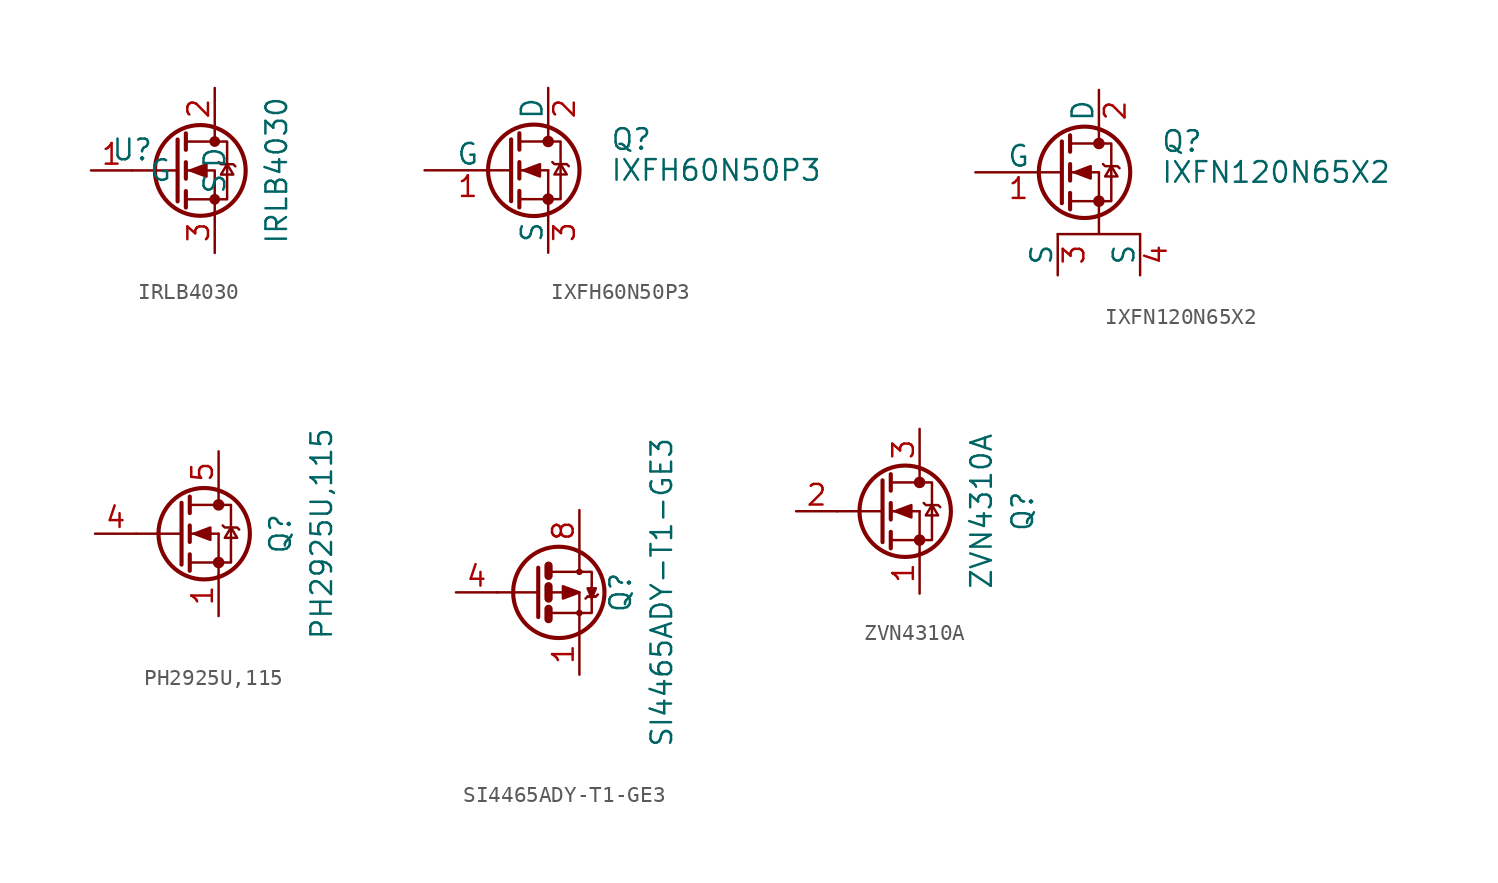
<source format=kicad_sym>
(kicad_symbol_lib
  (version 20211014)
  (generator kicad_symbol_editor)
  (symbol "IRLB4030"
    (pin_names
      (offset 1.016))
    (property "Reference" "U"
      (at 2.54 1.27 0)
      (effects (font (size 1.27 1.27))))
    (property "Value" "IRLB4030"
      (at 11.43 0 90)
      (effects (font (size 1.27 1.27))))
    (symbol "IRLB4030_1_1"
      (polyline (pts (xy 5.334 0) (xy 2.54 0)) (stroke (width 0) (type default) (color 0 0 0 0)) (fill (type none)))
      (polyline (pts (xy 5.334 1.905) (xy 5.334 -1.905)) (stroke (width 0.254) (type default) (color 0 0 0 0)) (fill (type none)))
      (polyline (pts (xy 5.842 -1.27) (xy 5.842 -2.286)) (stroke (width 0.254) (type default) (color 0 0 0 0)) (fill (type none)))
      (polyline (pts (xy 5.842 0.508) (xy 5.842 -0.508)) (stroke (width 0.254) (type default) (color 0 0 0 0)) (fill (type none)))
      (polyline (pts (xy 5.842 2.286) (xy 5.842 1.27)) (stroke (width 0.254) (type default) (color 0 0 0 0)) (fill (type none)))
      (polyline (pts (xy 7.62 2.54) (xy 7.62 1.778)) (stroke (width 0) (type default) (color 0 0 0 0)) (fill (type none)))
      (polyline (pts (xy 7.62 -2.54) (xy 7.62 0) (xy 5.842 0)) (stroke (width 0) (type default) (color 0 0 0 0)) (fill (type none)))
      (polyline (pts (xy 5.842 -1.778) (xy 8.382 -1.778) (xy 8.382 1.778) (xy 5.842 1.778)) (stroke (width 0) (type default) (color 0 0 0 0)) (fill (type none)))
      (polyline (pts (xy 6.096 0) (xy 7.112 0.381) (xy 7.112 -0.381) (xy 6.096 0)) (stroke (width 0) (type default) (color 0 0 0 0)) (fill (type outline)))
      (polyline (pts (xy 7.874 0.508) (xy 8.001 0.381) (xy 8.763 0.381) (xy 8.89 0.254)) (stroke (width 0) (type default) (color 0 0 0 0)) (fill (type none)))
      (polyline (pts (xy 8.382 0.381) (xy 8.001 -0.254) (xy 8.763 -0.254) (xy 8.382 0.381)) (stroke (width 0) (type default) (color 0 0 0 0)) (fill (type none)))
      (circle (center 6.731 0) (radius 2.794) (stroke (width 0.254) (type default) (color 0 0 0 0)) (fill (type none)))
      (circle (center 7.62 -1.778) (radius 0.254) (stroke (width 0) (type default) (color 0 0 0 0)) (fill (type outline)))
      (circle (center 7.62 1.778) (radius 0.254) (stroke (width 0) (type default) (color 0 0 0 0)) (fill (type outline)))
      (pin input line (at 0 0 0) (length 2.54) (name "G" (effects (font (size 1.27 1.27)))) (number "1" (effects (font (size 1.27 1.27)))))
      (pin passive line (at 7.62 5.08 270) (length 2.54) (name "D" (effects (font (size 1.27 1.27)))) (number "2" (effects (font (size 1.27 1.27)))))
      (pin passive line (at 7.62 -5.08 90) (length 2.54) (name "S" (effects (font (size 1.27 1.27)))) (number "3" (effects (font (size 1.27 1.27)))))))
  (symbol "IXFH60N50P3"
    (pin_names
      (offset 0))
    (property "Reference" "Q"
      (at 6.35 1.905 0)
      (effects (font (size 1.27 1.27)) (justify left)))
    (property "Value" "IXFH60N50P3"
      (at 6.35 0 0)
      (effects (font (size 1.27 1.27)) (justify left)))
    (symbol "IXFH60N50P3_0_1"
      (polyline (pts (xy 0.762 -1.778) (xy 2.54 -1.778)) (stroke (width 0) (type default) (color 0 0 0 0)) (fill (type none)))
      (polyline (pts (xy 0.762 -1.27) (xy 0.762 -2.286)) (stroke (width 0.254) (type default) (color 0 0 0 0)) (fill (type none)))
      (polyline (pts (xy 0.762 0) (xy 2.54 0)) (stroke (width 0) (type default) (color 0 0 0 0)) (fill (type none)))
      (polyline (pts (xy 0.762 0.508) (xy 0.762 -0.508)) (stroke (width 0.254) (type default) (color 0 0 0 0)) (fill (type none)))
      (polyline (pts (xy 0.762 1.778) (xy 2.54 1.778)) (stroke (width 0) (type default) (color 0 0 0 0)) (fill (type none)))
      (polyline (pts (xy 0.762 2.286) (xy 0.762 1.27)) (stroke (width 0.254) (type default) (color 0 0 0 0)) (fill (type none)))
      (polyline (pts (xy 2.54 -1.778) (xy 2.54 -2.54)) (stroke (width 0) (type default) (color 0 0 0 0)) (fill (type none)))
      (polyline (pts (xy 2.54 -1.778) (xy 2.54 0)) (stroke (width 0) (type default) (color 0 0 0 0)) (fill (type none)))
      (polyline (pts (xy 2.54 2.54) (xy 2.54 1.778)) (stroke (width 0) (type default) (color 0 0 0 0)) (fill (type none)))
      (polyline (pts (xy 0.254 1.905) (xy 0.254 -1.905) (xy 0.254 -1.905)) (stroke (width 0.254) (type default) (color 0 0 0 0)) (fill (type none)))
      (polyline (pts (xy 1.016 0) (xy 2.032 0.381) (xy 2.032 -0.381) (xy 1.016 0)) (stroke (width 0) (type default) (color 0 0 0 0)) (fill (type outline)))
      (polyline (pts (xy 2.54 -1.778) (xy 3.302 -1.778) (xy 3.302 1.778) (xy 2.54 1.778)) (stroke (width 0) (type default) (color 0 0 0 0)) (fill (type none)))
      (polyline (pts (xy 2.794 0.508) (xy 2.921 0.381) (xy 3.683 0.381) (xy 3.81 0.254)) (stroke (width 0) (type default) (color 0 0 0 0)) (fill (type none)))
      (polyline (pts (xy 3.302 0.381) (xy 2.921 -0.254) (xy 3.683 -0.254) (xy 3.302 0.381)) (stroke (width 0) (type default) (color 0 0 0 0)) (fill (type none)))
      (circle (center 1.651 0) (radius 2.819) (stroke (width 0.254) (type default) (color 0 0 0 0)) (fill (type none)))
      (circle (center 2.54 -1.778) (radius 0.279) (stroke (width 0) (type default) (color 0 0 0 0)) (fill (type outline)))
      (circle (center 2.54 1.778) (radius 0.279) (stroke (width 0) (type default) (color 0 0 0 0)) (fill (type outline))))
    (symbol "IXFH60N50P3_1_1"
      (pin input line (at -5.08 0 0) (length 5.334) (name "G" (effects (font (size 1.27 1.27)))) (number "1" (effects (font (size 1.27 1.27)))))
      (pin passive line (at 2.54 5.08 270) (length 2.54) (name "D" (effects (font (size 1.27 1.27)))) (number "2" (effects (font (size 1.27 1.27)))))
      (pin passive line (at 2.54 -5.08 90) (length 2.54) (name "S" (effects (font (size 1.27 1.27)))) (number "3" (effects (font (size 1.27 1.27)))))))
  (symbol "IXFN120N65X2"
    (pin_names
      (offset 0))
    (property "Reference" "Q"
      (at 6.35 1.905 0)
      (effects (font (size 1.27 1.27)) (justify left)))
    (property "Value" "IXFN120N65X2"
      (at 6.35 0 0)
      (effects (font (size 1.27 1.27)) (justify left)))
    (symbol "IXFN120N65X2_0_1"
      (polyline (pts (xy 0.762 -1.778) (xy 2.54 -1.778)) (stroke (width 0) (type default) (color 0 0 0 0)) (fill (type none)))
      (polyline (pts (xy 0.762 -1.27) (xy 0.762 -2.286)) (stroke (width 0.254) (type default) (color 0 0 0 0)) (fill (type none)))
      (polyline (pts (xy 0.762 0) (xy 2.54 0)) (stroke (width 0) (type default) (color 0 0 0 0)) (fill (type none)))
      (polyline (pts (xy 0.762 0.508) (xy 0.762 -0.508)) (stroke (width 0.254) (type default) (color 0 0 0 0)) (fill (type none)))
      (polyline (pts (xy 0.762 1.778) (xy 2.54 1.778)) (stroke (width 0) (type default) (color 0 0 0 0)) (fill (type none)))
      (polyline (pts (xy 0.762 2.286) (xy 0.762 1.27)) (stroke (width 0.254) (type default) (color 0 0 0 0)) (fill (type none)))
      (polyline (pts (xy 2.54 -1.778) (xy 2.54 -2.54)) (stroke (width 0) (type default) (color 0 0 0 0)) (fill (type none)))
      (polyline (pts (xy 2.54 -1.778) (xy 2.54 0)) (stroke (width 0) (type default) (color 0 0 0 0)) (fill (type none)))
      (polyline (pts (xy 2.54 2.54) (xy 2.54 1.778)) (stroke (width 0) (type default) (color 0 0 0 0)) (fill (type none)))
      (polyline (pts (xy 0.254 1.905) (xy 0.254 -1.905) (xy 0.254 -1.905)) (stroke (width 0.254) (type default) (color 0 0 0 0)) (fill (type none)))
      (polyline (pts (xy 1.016 0) (xy 2.032 0.381) (xy 2.032 -0.381) (xy 1.016 0)) (stroke (width 0) (type default) (color 0 0 0 0)) (fill (type outline)))
      (polyline (pts (xy 2.54 -1.778) (xy 3.302 -1.778) (xy 3.302 1.778) (xy 2.54 1.778)) (stroke (width 0) (type default) (color 0 0 0 0)) (fill (type none)))
      (polyline (pts (xy 2.794 0.508) (xy 2.921 0.381) (xy 3.683 0.381) (xy 3.81 0.254)) (stroke (width 0) (type default) (color 0 0 0 0)) (fill (type none)))
      (polyline (pts (xy 3.302 0.381) (xy 2.921 -0.254) (xy 3.683 -0.254) (xy 3.302 0.381)) (stroke (width 0) (type default) (color 0 0 0 0)) (fill (type none)))
      (polyline (pts (xy 0 -3.81) (xy 2.54 -3.81) (xy 2.54 -2.54) (xy 2.54 -3.81) (xy 5.08 -3.81)) (stroke (width 0) (type default) (color 0 0 0 0)) (fill (type none)))
      (circle (center 1.651 0) (radius 2.819) (stroke (width 0.254) (type default) (color 0 0 0 0)) (fill (type none)))
      (circle (center 2.54 -1.778) (radius 0.279) (stroke (width 0) (type default) (color 0 0 0 0)) (fill (type outline)))
      (circle (center 2.54 1.778) (radius 0.279) (stroke (width 0) (type default) (color 0 0 0 0)) (fill (type outline))))
    (symbol "IXFN120N65X2_1_1"
      (pin input line (at -5.08 0 0) (length 5.334) (name "G" (effects (font (size 1.27 1.27)))) (number "1" (effects (font (size 1.27 1.27)))))
      (pin passive line (at 2.54 5.08 270) (length 2.54) (name "D" (effects (font (size 1.27 1.27)))) (number "2" (effects (font (size 1.27 1.27)))))
      (pin passive line (at 0 -6.35 90) (length 2.54) (name "S" (effects (font (size 1.27 1.27)))) (number "3" (effects (font (size 1.27 1.27)))))
      (pin passive line (at 5.08 -6.35 90) (length 2.54) (name "S" (effects (font (size 1.27 1.27)))) (number "4" (effects (font (size 1.27 1.27)))))))
  (symbol "PH2925U,115"
    (pin_names
      (offset 1.016))
    (property "Reference" "Q"
      (at 3.81 0 90)
      (effects (font (size 1.27 1.27))))
    (property "Value" "PH2925U,115"
      (at 6.35 0 90)
      (effects (font (size 1.27 1.27))))
    (symbol "PH2925U,115_1_1"
      (circle (center -0.889 0) (radius 2.819) (stroke (width 0.254) (type default) (color 0 0 0 0)) (fill (type none)))
      (circle (center 0 -1.778) (radius 0.279) (stroke (width 0) (type default) (color 0 0 0 0)) (fill (type outline)))
      (polyline (pts (xy -5.08 0) (xy -2.286 0)) (stroke (width 0) (type default) (color 0 0 0 0)) (fill (type none)))
      (polyline (pts (xy -1.778 -1.778) (xy 0 -1.778)) (stroke (width 0) (type default) (color 0 0 0 0)) (fill (type none)))
      (polyline (pts (xy -1.778 -1.27) (xy -1.778 -2.286)) (stroke (width 0.254) (type default) (color 0 0 0 0)) (fill (type none)))
      (polyline (pts (xy -1.778 0) (xy 0 0)) (stroke (width 0) (type default) (color 0 0 0 0)) (fill (type none)))
      (polyline (pts (xy -1.778 0.508) (xy -1.778 -0.508)) (stroke (width 0.254) (type default) (color 0 0 0 0)) (fill (type none)))
      (polyline (pts (xy -1.778 1.778) (xy 0 1.778)) (stroke (width 0) (type default) (color 0 0 0 0)) (fill (type none)))
      (polyline (pts (xy -1.778 2.286) (xy -1.778 1.27)) (stroke (width 0.254) (type default) (color 0 0 0 0)) (fill (type none)))
      (polyline (pts (xy 0 -1.778) (xy 0 -2.54)) (stroke (width 0) (type default) (color 0 0 0 0)) (fill (type none)))
      (polyline (pts (xy 0 -1.778) (xy 0 0)) (stroke (width 0) (type default) (color 0 0 0 0)) (fill (type none)))
      (polyline (pts (xy 0 2.54) (xy 0 1.778)) (stroke (width 0) (type default) (color 0 0 0 0)) (fill (type none)))
      (polyline (pts (xy -2.286 1.905) (xy -2.286 -1.905) (xy -2.286 -1.905)) (stroke (width 0.254) (type default) (color 0 0 0 0)) (fill (type none)))
      (polyline (pts (xy -1.524 0) (xy -0.508 0.381) (xy -0.508 -0.381) (xy -1.524 0)) (stroke (width 0) (type default) (color 0 0 0 0)) (fill (type outline)))
      (polyline (pts (xy 0 -1.778) (xy 0.762 -1.778) (xy 0.762 1.778) (xy 0 1.778)) (stroke (width 0) (type default) (color 0 0 0 0)) (fill (type none)))
      (polyline (pts (xy 0.254 0.508) (xy 0.381 0.381) (xy 1.143 0.381) (xy 1.27 0.254)) (stroke (width 0) (type default) (color 0 0 0 0)) (fill (type none)))
      (polyline (pts (xy 0.762 0.381) (xy 0.381 -0.254) (xy 1.143 -0.254) (xy 0.762 0.381)) (stroke (width 0) (type default) (color 0 0 0 0)) (fill (type none)))
      (circle (center 0 1.778) (radius 0.279) (stroke (width 0) (type default) (color 0 0 0 0)) (fill (type outline)))
      (pin passive line (at 0 -5.08 90) (length 2.54) (name "~" (effects (font (size 1.27 1.27)))) (number "1" (effects (font (size 1.27 1.27)))))
      (pin passive line (at 0 -5.08 90) (length 2.54) hide (name "~" (effects (font (size 1.27 1.27)))) (number "2" (effects (font (size 1.27 1.27)))))
      (pin passive line (at 0 -5.08 90) (length 2.54) hide (name "~" (effects (font (size 1.27 1.27)))) (number "3" (effects (font (size 1.27 1.27)))))
      (pin input line (at -7.62 0 0) (length 2.54) (name "~" (effects (font (size 1.27 1.27)))) (number "4" (effects (font (size 1.27 1.27)))))
      (pin passive line (at 0 5.08 270) (length 2.54) (name "~" (effects (font (size 1.27 1.27)))) (number "5" (effects (font (size 1.27 1.27)))))))
  (symbol "SI4465ADY-T1-GE3"
    (pin_names
      (offset 1.016))
    (property "Reference" "Q"
      (at 2.54 0 90)
      (effects (font (size 1.27 1.27))))
    (property "Value" "SI4465ADY-T1-GE3"
      (at 5.08 0 90)
      (effects (font (size 1.27 1.27))))
    (symbol "SI4465ADY-T1-GE3_1_1"
      (circle (center -1.27 0) (radius 2.819) (stroke (width 0.254) (type default) (color 0 0 0 0)) (fill (type none)))
      (circle (center 0 -1.27) (radius 0.127) (stroke (width 0) (type default) (color 0 0 0 0)) (fill (type none)))
      (polyline (pts (xy -2.54 0) (xy -5.08 0)) (stroke (width 0) (type default) (color 0 0 0 0)) (fill (type none)))
      (polyline (pts (xy -1.905 -1.016) (xy -1.905 -1.651)) (stroke (width 0.508) (type default) (color 0 0 0 0)) (fill (type none)))
      (polyline (pts (xy -1.905 0.381) (xy -1.905 -0.381)) (stroke (width 0.508) (type default) (color 0 0 0 0)) (fill (type none)))
      (polyline (pts (xy -1.905 1.651) (xy -1.905 1.016)) (stroke (width 0.508) (type default) (color 0 0 0 0)) (fill (type none)))
      (polyline (pts (xy 0.508 -0.254) (xy 1.016 -0.254)) (stroke (width 0) (type default) (color 0 0 0 0)) (fill (type none)))
      (polyline (pts (xy -2.54 1.524) (xy -2.54 -1.524) (xy -2.54 -1.524)) (stroke (width 0.254) (type default) (color 0 0 0 0)) (fill (type none)))
      (polyline (pts (xy -1.778 -1.27) (xy 0 -1.27) (xy 0 -2.54) (xy 0 -2.54)) (stroke (width 0) (type default) (color 0 0 0 0)) (fill (type none)))
      (polyline (pts (xy -1.778 1.27) (xy 0 1.27) (xy 0 2.54) (xy 0 2.54)) (stroke (width 0) (type default) (color 0 0 0 0)) (fill (type none)))
      (polyline (pts (xy 0 0) (xy -1.016 0.381) (xy -1.016 -0.381) (xy 0 0)) (stroke (width 0) (type default) (color 0 0 0 0)) (fill (type outline)))
      (polyline (pts (xy 0 1.27) (xy 0.762 1.27) (xy 0.762 -1.27) (xy 0 -1.27)) (stroke (width 0) (type default) (color 0 0 0 0)) (fill (type none)))
      (polyline (pts (xy 0.508 0.254) (xy 1.016 0.254) (xy 0.762 -0.381) (xy 0.508 0.254)) (stroke (width 0) (type default) (color 0 0 0 0)) (fill (type outline)))
      (polyline (pts (xy 1.143 -0.127) (xy 1.016 -0.254) (xy 0.508 -0.254) (xy 0.381 -0.381)) (stroke (width 0) (type default) (color 0 0 0 0)) (fill (type none)))
      (polyline (pts (xy -1.778 0) (xy -1.27 0) (xy 0 0) (xy 0 -1.27) (xy 0 -1.27)) (stroke (width 0) (type default) (color 0 0 0 0)) (fill (type none)))
      (circle (center 0 1.27) (radius 0.127) (stroke (width 0) (type default) (color 0 0 0 0)) (fill (type none)))
      (pin passive line (at 0 -5.08 90) (length 2.54) (name "~" (effects (font (size 1.27 1.27)))) (number "1" (effects (font (size 1.27 1.27)))))
      (pin passive line (at 0 -5.08 90) (length 2.54) hide (name "S1" (effects (font (size 1.27 1.27)))) (number "2" (effects (font (size 1.27 1.27)))))
      (pin passive line (at 0 -5.08 90) (length 2.54) hide (name "S1" (effects (font (size 1.27 1.27)))) (number "3" (effects (font (size 1.27 1.27)))))
      (pin input line (at -7.62 0 0) (length 2.54) (name "~" (effects (font (size 1.27 1.27)))) (number "4" (effects (font (size 1.27 1.27)))))
      (pin passive line (at 0 5.08 270) (length 2.54) hide (name "D1" (effects (font (size 1.27 1.27)))) (number "5" (effects (font (size 1.27 1.27)))))
      (pin passive line (at 0 5.08 270) (length 2.54) hide (name "D1" (effects (font (size 1.27 1.27)))) (number "6" (effects (font (size 1.27 1.27)))))
      (pin passive line (at 0 5.08 270) (length 2.54) hide (name "D1" (effects (font (size 1.27 1.27)))) (number "7" (effects (font (size 1.27 1.27)))))
      (pin passive line (at 0 5.08 270) (length 2.54) (name "~" (effects (font (size 1.27 1.27)))) (number "8" (effects (font (size 1.27 1.27)))))))
  (symbol "ZVN4310A"
    (pin_names
      (offset 1.016))
    (property "Reference" "Q"
      (at 6.35 0 90)
      (effects (font (size 1.27 1.27))))
    (property "Value" "ZVN4310A"
      (at 3.81 0 90)
      (effects (font (size 1.27 1.27))))
    (symbol "ZVN4310A_1_1"
      (circle (center -0.889 0) (radius 2.819) (stroke (width 0.254) (type default) (color 0 0 0 0)) (fill (type none)))
      (circle (center 0 -1.778) (radius 0.279) (stroke (width 0) (type default) (color 0 0 0 0)) (fill (type outline)))
      (polyline (pts (xy -5.08 0) (xy -2.286 0)) (stroke (width 0) (type default) (color 0 0 0 0)) (fill (type none)))
      (polyline (pts (xy -1.778 -1.778) (xy 0 -1.778)) (stroke (width 0) (type default) (color 0 0 0 0)) (fill (type none)))
      (polyline (pts (xy -1.778 -1.27) (xy -1.778 -2.286)) (stroke (width 0.254) (type default) (color 0 0 0 0)) (fill (type none)))
      (polyline (pts (xy -1.778 0) (xy 0 0)) (stroke (width 0) (type default) (color 0 0 0 0)) (fill (type none)))
      (polyline (pts (xy -1.778 0.508) (xy -1.778 -0.508)) (stroke (width 0.254) (type default) (color 0 0 0 0)) (fill (type none)))
      (polyline (pts (xy -1.778 1.778) (xy 0 1.778)) (stroke (width 0) (type default) (color 0 0 0 0)) (fill (type none)))
      (polyline (pts (xy -1.778 2.286) (xy -1.778 1.27)) (stroke (width 0.254) (type default) (color 0 0 0 0)) (fill (type none)))
      (polyline (pts (xy 0 -1.778) (xy 0 -2.54)) (stroke (width 0) (type default) (color 0 0 0 0)) (fill (type none)))
      (polyline (pts (xy 0 -1.778) (xy 0 0)) (stroke (width 0) (type default) (color 0 0 0 0)) (fill (type none)))
      (polyline (pts (xy 0 2.54) (xy 0 1.778)) (stroke (width 0) (type default) (color 0 0 0 0)) (fill (type none)))
      (polyline (pts (xy -2.286 1.905) (xy -2.286 -1.905) (xy -2.286 -1.905)) (stroke (width 0.254) (type default) (color 0 0 0 0)) (fill (type none)))
      (polyline (pts (xy -1.524 0) (xy -0.508 0.381) (xy -0.508 -0.381) (xy -1.524 0)) (stroke (width 0) (type default) (color 0 0 0 0)) (fill (type outline)))
      (polyline (pts (xy 0 -1.778) (xy 0.762 -1.778) (xy 0.762 1.778) (xy 0 1.778)) (stroke (width 0) (type default) (color 0 0 0 0)) (fill (type none)))
      (polyline (pts (xy 0.254 0.508) (xy 0.381 0.381) (xy 1.143 0.381) (xy 1.27 0.254)) (stroke (width 0) (type default) (color 0 0 0 0)) (fill (type none)))
      (polyline (pts (xy 0.762 0.381) (xy 0.381 -0.254) (xy 1.143 -0.254) (xy 0.762 0.381)) (stroke (width 0) (type default) (color 0 0 0 0)) (fill (type none)))
      (circle (center 0 1.778) (radius 0.279) (stroke (width 0) (type default) (color 0 0 0 0)) (fill (type outline)))
      (pin passive line (at 0 -5.08 90) (length 2.54) (name "~" (effects (font (size 1.27 1.27)))) (number "1" (effects (font (size 1.27 1.27)))))
      (pin input line (at -7.62 0 0) (length 2.54) (name "~" (effects (font (size 1.27 1.27)))) (number "2" (effects (font (size 1.27 1.27)))))
      (pin passive line (at 0 5.08 270) (length 2.54) (name "~" (effects (font (size 1.27 1.27)))) (number "3" (effects (font (size 1.27 1.27))))))))
</source>
